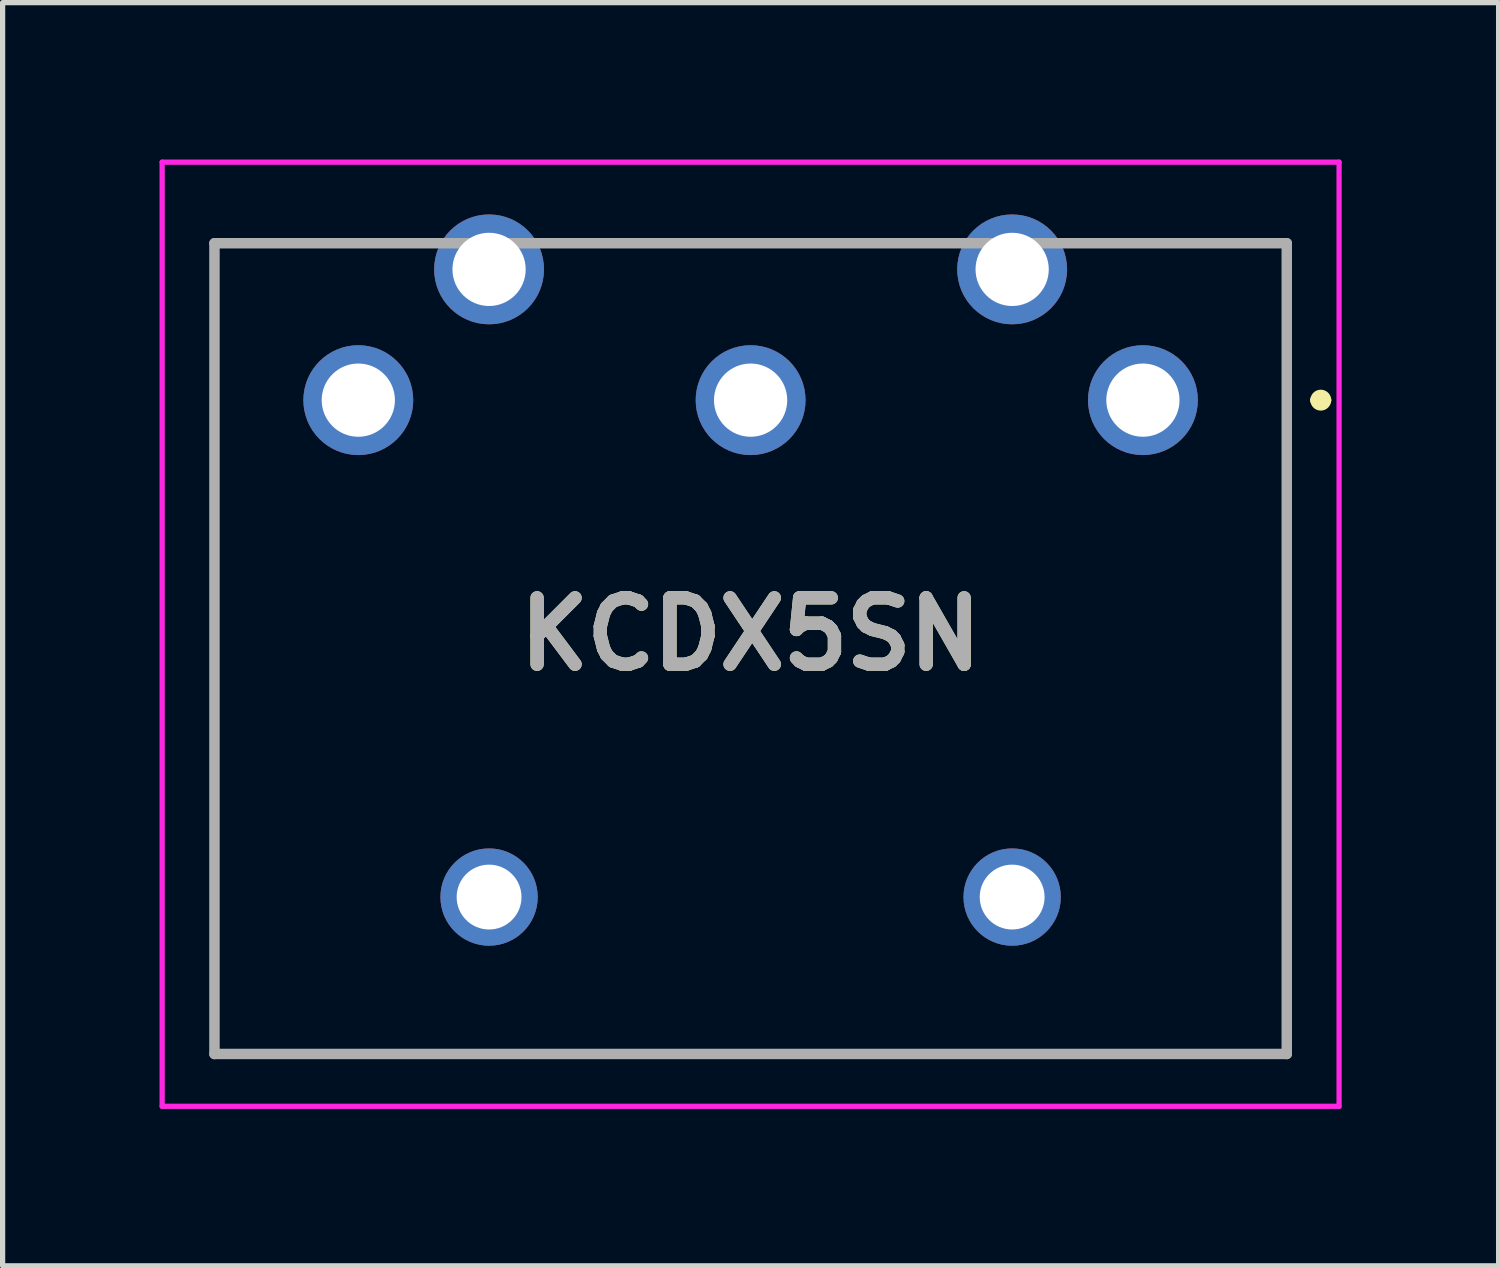
<source format=kicad_pcb>
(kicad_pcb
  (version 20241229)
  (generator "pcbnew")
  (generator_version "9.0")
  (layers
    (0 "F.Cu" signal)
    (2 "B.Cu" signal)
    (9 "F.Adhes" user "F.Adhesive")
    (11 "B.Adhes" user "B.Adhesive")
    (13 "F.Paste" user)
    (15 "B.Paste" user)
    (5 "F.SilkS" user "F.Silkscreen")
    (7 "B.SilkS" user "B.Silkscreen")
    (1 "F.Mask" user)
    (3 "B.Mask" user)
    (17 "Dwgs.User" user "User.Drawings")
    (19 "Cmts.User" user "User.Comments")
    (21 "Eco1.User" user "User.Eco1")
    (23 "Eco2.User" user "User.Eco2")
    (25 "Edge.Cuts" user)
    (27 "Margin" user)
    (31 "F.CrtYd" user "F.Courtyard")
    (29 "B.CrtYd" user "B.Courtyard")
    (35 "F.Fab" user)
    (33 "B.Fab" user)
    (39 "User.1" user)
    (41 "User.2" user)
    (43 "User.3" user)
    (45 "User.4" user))
  (footprint "KCDX5SN"
    (layer "F.Cu")
    (at 18.8 4.6)
    (property "Reference" "KCDX5SN" (at -7.5 4.475 0) (layer "F.SilkS") (effects (font (size 1.27 1.27) (thickness 0.254))))
    (attr through_hole)
    (fp_line (start -17.75 -3) (end -17.75 12.5) (stroke (width 0.1) (type solid)) (layer "F.SilkS"))
    (fp_line (start -17.75 12.5) (end 2.75 12.5) (stroke (width 0.1) (type solid)) (layer "F.SilkS"))
    (fp_line (start -14.5 -3) (end -17.75 -3) (stroke (width 0.1) (type solid)) (layer "F.SilkS"))
    (fp_line (start 2.75 -3) (end -0.5 -3) (stroke (width 0.1) (type solid)) (layer "F.SilkS"))
    (fp_line (start 2.75 12.5) (end 2.75 -3) (stroke (width 0.1) (type solid)) (layer "F.SilkS"))
    (fp_line (start 3.3 0) (end 3.3 0) (stroke (width 0.2) (type solid)) (layer "F.SilkS"))
    (fp_line (start 3.5 0) (end 3.5 0) (stroke (width 0.2) (type solid)) (layer "F.SilkS"))
    (fp_arc (start 3.3 0) (mid 3.4 -0.1) (end 3.5 0) (stroke (width 0.2) (type solid)) (layer "F.SilkS"))
    (fp_arc (start 3.5 0) (mid 3.4 0.1) (end 3.3 0) (stroke (width 0.2) (type solid)) (layer "F.SilkS"))
    (fp_line (start -18.75 -4.55) (end 3.75 -4.55) (stroke (width 0.1) (type solid)) (layer "F.CrtYd"))
    (fp_line (start -18.75 13.5) (end -18.75 -4.55) (stroke (width 0.1) (type solid)) (layer "F.CrtYd"))
    (fp_line (start 3.75 -4.55) (end 3.75 13.5) (stroke (width 0.1) (type solid)) (layer "F.CrtYd"))
    (fp_line (start 3.75 13.5) (end -18.75 13.5) (stroke (width 0.1) (type solid)) (layer "F.CrtYd"))
    (fp_line (start -17.75 -3) (end -17.75 12.5) (stroke (width 0.2) (type solid)) (layer "F.Fab"))
    (fp_line (start -17.75 12.5) (end 2.75 12.5) (stroke (width 0.2) (type solid)) (layer "F.Fab"))
    (fp_line (start 2.75 -3) (end -17.75 -3) (stroke (width 0.2) (type solid)) (layer "F.Fab"))
    (fp_line (start 2.75 12.5) (end 2.75 -3) (stroke (width 0.2) (type solid)) (layer "F.Fab"))
    (fp_text user "${REFERENCE}" (at -7.5 4.475 0) (layer "F.Fab") (effects (font (size 1.27 1.27) (thickness 0.254))))
    (pad "1" thru_hole circle (at 0 0) (size 2.1 2.1) (drill 1.4) (layers "*.Cu" "*.Mask"))
    (pad "2" thru_hole circle (at -7.5 0) (size 2.1 2.1) (drill 1.4) (layers "*.Cu" "*.Mask"))
    (pad "3" thru_hole circle (at -15 0) (size 2.1 2.1) (drill 1.4) (layers "*.Cu" "*.Mask"))
    (pad "4" thru_hole circle (at -2.5 -2.5) (size 2.1 2.1) (drill 1.4) (layers "*.Cu" "*.Mask"))
    (pad "5" thru_hole circle (at -12.5 -2.5) (size 2.1 2.1) (drill 1.4) (layers "*.Cu" "*.Mask"))
    (pad "MH1" thru_hole circle (at -2.5 9.5) (size 1.86 1.86) (drill 1.24) (layers "*.Cu" "*.Mask"))
    (pad "MH2" thru_hole circle (at -12.5 9.5) (size 1.86 1.86) (drill 1.24) (layers "*.Cu" "*.Mask")))
  (gr_rect
    (start -3 -3)
    (end 25.6 21.15)
    (stroke (width 0.1) (type default))
    (fill no)
    (layer "Edge.Cuts")))
</source>
